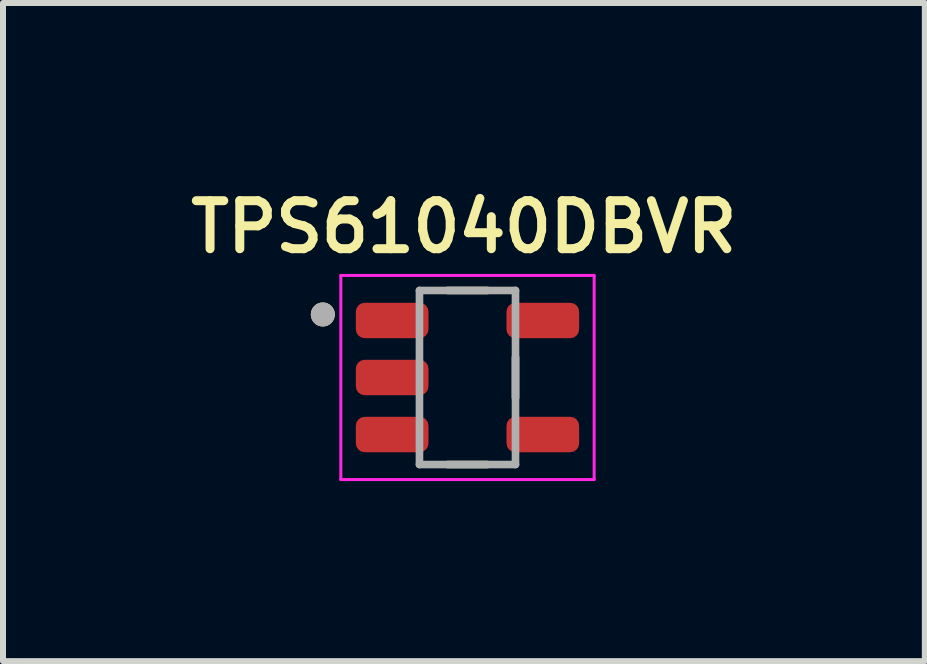
<source format=kicad_pcb>
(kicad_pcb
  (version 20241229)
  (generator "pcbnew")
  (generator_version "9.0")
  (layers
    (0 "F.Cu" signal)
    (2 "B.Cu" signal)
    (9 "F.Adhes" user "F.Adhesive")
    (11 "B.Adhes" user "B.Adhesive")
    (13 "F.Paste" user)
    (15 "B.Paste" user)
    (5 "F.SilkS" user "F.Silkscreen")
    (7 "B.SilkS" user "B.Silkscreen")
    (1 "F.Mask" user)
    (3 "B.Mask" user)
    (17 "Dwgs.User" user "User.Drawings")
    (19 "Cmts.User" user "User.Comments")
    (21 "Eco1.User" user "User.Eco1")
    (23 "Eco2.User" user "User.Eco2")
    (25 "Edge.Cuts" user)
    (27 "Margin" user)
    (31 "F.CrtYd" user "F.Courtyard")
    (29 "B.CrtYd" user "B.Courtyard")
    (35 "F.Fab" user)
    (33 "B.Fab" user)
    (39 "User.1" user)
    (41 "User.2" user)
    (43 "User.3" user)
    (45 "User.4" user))
  (footprint "TPS61040DBVR"
    (layer "F.Cu")
    (at 4.738 3.239)
    (property "Reference" "TPS61040DBVR" (at -0.06 -2.508 0) (layer "F.SilkS") (effects (font (size 0.8 0.8) (thickness 0.15))))
    (attr smd)
    (fp_line (start -0.33 -1.45) (end 0.33 -1.45) (stroke (width 0.127) (type solid)) (layer "F.SilkS"))
    (fp_line (start 0.33 1.45) (end -0.33 1.45) (stroke (width 0.127) (type solid)) (layer "F.SilkS"))
    (fp_line (start 0.8 -0.335) (end 0.8 0.335) (stroke (width 0.127) (type solid)) (layer "F.SilkS"))
    (fp_circle (center -2.41 -1.05) (end -2.31 -1.05) (stroke (width 0.2) (type solid)) (fill no) (layer "F.SilkS"))
    (fp_line (start -2.11 -1.7) (end 2.11 -1.7) (stroke (width 0.05) (type solid)) (layer "F.CrtYd"))
    (fp_line (start -2.11 1.7) (end -2.11 -1.7) (stroke (width 0.05) (type solid)) (layer "F.CrtYd"))
    (fp_line (start 2.11 -1.7) (end 2.11 1.7) (stroke (width 0.05) (type solid)) (layer "F.CrtYd"))
    (fp_line (start 2.11 1.7) (end -2.11 1.7) (stroke (width 0.05) (type solid)) (layer "F.CrtYd"))
    (fp_line (start -0.8 -1.45) (end 0.8 -1.45) (stroke (width 0.127) (type solid)) (layer "F.Fab"))
    (fp_line (start -0.8 1.45) (end -0.8 -1.45) (stroke (width 0.127) (type solid)) (layer "F.Fab"))
    (fp_line (start 0.8 -1.45) (end 0.8 1.45) (stroke (width 0.127) (type solid)) (layer "F.Fab"))
    (fp_line (start 0.8 1.45) (end -0.8 1.45) (stroke (width 0.127) (type solid)) (layer "F.Fab"))
    (fp_circle (center -2.41 -1.05) (end -2.31 -1.05) (stroke (width 0.2) (type solid)) (fill no) (layer "F.Fab"))
    (pad "1" smd roundrect (at -1.255 -0.95) (size 1.21 0.59) (layers "F.Cu" "F.Mask" "F.Paste") (roundrect_rratio 0.25))
    (pad "2" smd roundrect (at -1.255 0) (size 1.21 0.59) (layers "F.Cu" "F.Mask" "F.Paste") (roundrect_rratio 0.25))
    (pad "3" smd roundrect (at -1.255 0.95) (size 1.21 0.59) (layers "F.Cu" "F.Mask" "F.Paste") (roundrect_rratio 0.25))
    (pad "4" smd roundrect (at 1.255 0.95) (size 1.21 0.59) (layers "F.Cu" "F.Mask" "F.Paste") (roundrect_rratio 0.25))
    (pad "5" smd roundrect (at 1.255 -0.95) (size 1.21 0.59) (layers "F.Cu" "F.Mask" "F.Paste") (roundrect_rratio 0.25)))
  (gr_rect
    (start -3 -3)
    (end 12.357 7.964)
    (stroke (width 0.1) (type default))
    (fill no)
    (layer "Edge.Cuts")))
</source>
